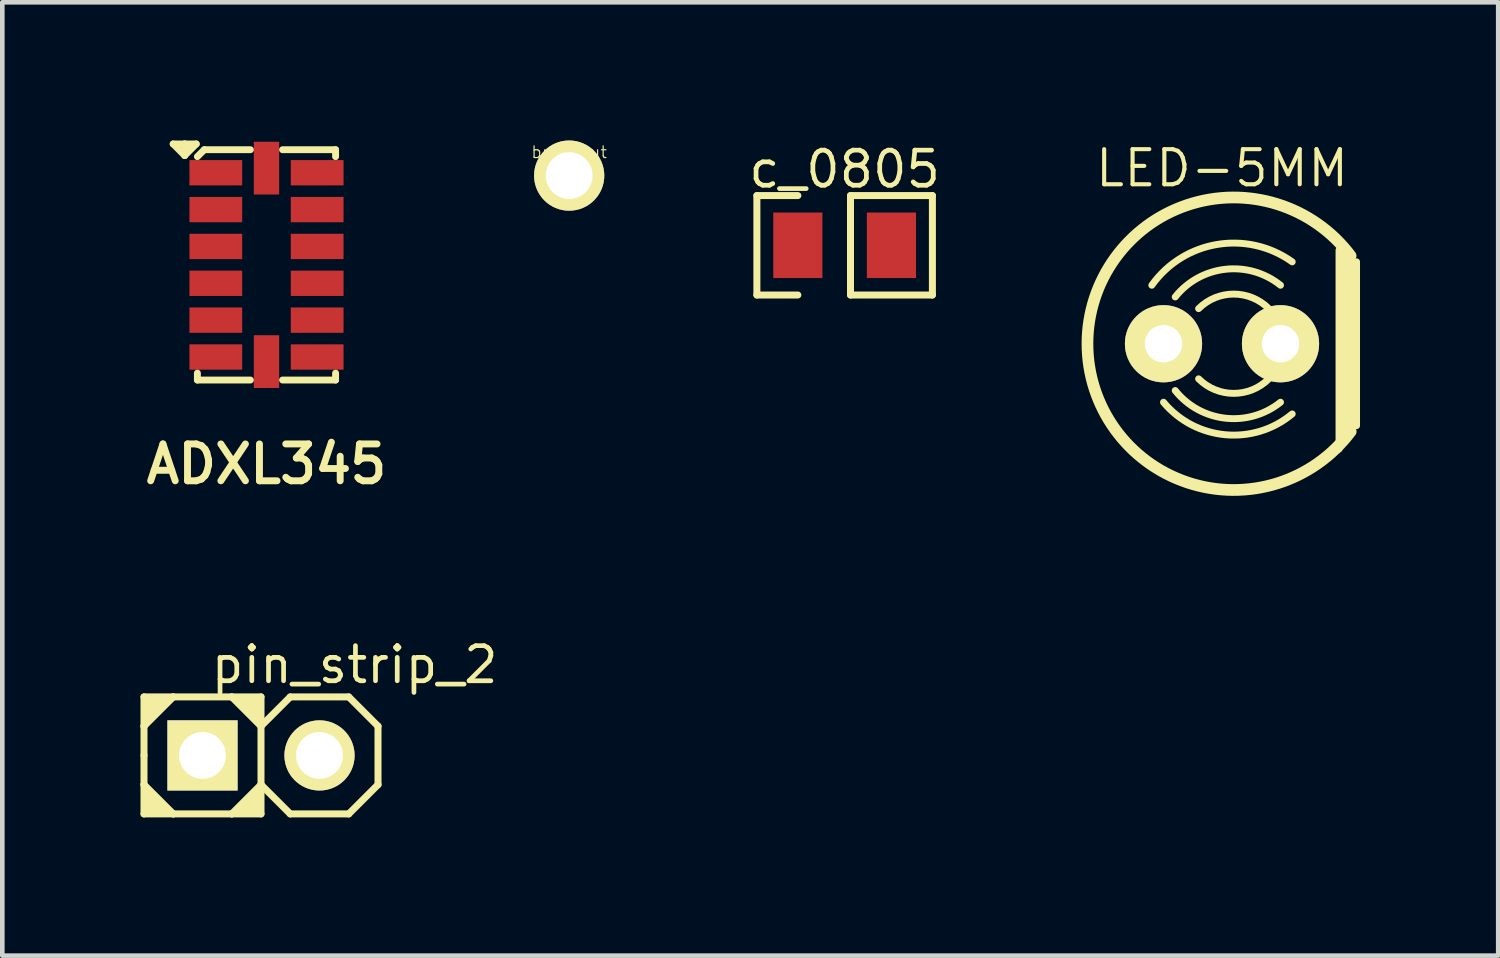
<source format=kicad_pcb>
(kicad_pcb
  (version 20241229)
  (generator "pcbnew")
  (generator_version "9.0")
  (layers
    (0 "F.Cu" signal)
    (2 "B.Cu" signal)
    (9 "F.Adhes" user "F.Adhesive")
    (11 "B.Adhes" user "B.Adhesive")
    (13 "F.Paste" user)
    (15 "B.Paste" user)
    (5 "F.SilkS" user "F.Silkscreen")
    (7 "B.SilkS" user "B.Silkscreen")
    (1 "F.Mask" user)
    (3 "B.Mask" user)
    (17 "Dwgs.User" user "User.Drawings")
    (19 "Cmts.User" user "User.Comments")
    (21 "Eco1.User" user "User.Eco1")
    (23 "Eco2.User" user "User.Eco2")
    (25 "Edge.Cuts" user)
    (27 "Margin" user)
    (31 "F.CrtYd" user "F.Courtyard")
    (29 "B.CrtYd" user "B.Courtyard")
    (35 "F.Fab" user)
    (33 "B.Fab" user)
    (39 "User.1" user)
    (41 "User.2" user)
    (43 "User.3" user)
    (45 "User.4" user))
  (footprint "ADXL345"
    (layer "F.Cu")
    (at 2.735 2.7)
    (property "Reference" "ADXL345" (at 0 4.325 0) (layer "F.SilkS") (effects (font (size 0.8 0.8) (thickness 0.15))))
    (attr through_hole)
    (fp_line (start -2.025 -2.625) (end -1.775 -2.375) (stroke (width 0.15) (type solid)) (layer "F.SilkS"))
    (fp_line (start -1.775 -2.625) (end -2.025 -2.625) (stroke (width 0.15) (type solid)) (layer "F.SilkS"))
    (fp_line (start -1.775 -2.375) (end -1.775 -2.625) (stroke (width 0.15) (type solid)) (layer "F.SilkS"))
    (fp_line (start -1.775 -2.375) (end -1.525 -2.625) (stroke (width 0.15) (type solid)) (layer "F.SilkS"))
    (fp_line (start -1.525 -2.625) (end -1.775 -2.625) (stroke (width 0.15) (type solid)) (layer "F.SilkS"))
    (fp_line (start -1.5 2.5) (end -1.5 2.35) (stroke (width 0.15) (type solid)) (layer "F.SilkS"))
    (fp_line (start -1.5 2.5) (end -0.35 2.5) (stroke (width 0.15) (type solid)) (layer "F.SilkS"))
    (fp_line (start -1.35 -2.5) (end -1.5 -2.35) (stroke (width 0.15) (type solid)) (layer "F.SilkS"))
    (fp_line (start -1.35 -2.5) (end -0.35 -2.5) (stroke (width 0.15) (type solid)) (layer "F.SilkS"))
    (fp_line (start 1.5 -2.5) (end 0.35 -2.5) (stroke (width 0.15) (type solid)) (layer "F.SilkS"))
    (fp_line (start 1.5 -2.5) (end 1.5 -2.35) (stroke (width 0.15) (type solid)) (layer "F.SilkS"))
    (fp_line (start 1.5 2.5) (end 0.35 2.5) (stroke (width 0.15) (type solid)) (layer "F.SilkS"))
    (fp_line (start 1.5 2.5) (end 1.5 2.35) (stroke (width 0.15) (type solid)) (layer "F.SilkS"))
    (pad "1" smd rect (at -1.1 -2) (size 1.145 0.55) (layers "F.Cu" "F.Mask" "F.Paste"))
    (pad "2" smd rect (at -1.1 -1.2) (size 1.145 0.55) (layers "F.Cu" "F.Mask" "F.Paste"))
    (pad "3" smd rect (at -1.1 -0.4) (size 1.145 0.55) (layers "F.Cu" "F.Mask" "F.Paste"))
    (pad "4" smd rect (at -1.1 0.4) (size 1.145 0.55) (layers "F.Cu" "F.Mask" "F.Paste"))
    (pad "5" smd rect (at -1.1 1.2) (size 1.145 0.55) (layers "F.Cu" "F.Mask" "F.Paste"))
    (pad "6" smd rect (at -1.1 2) (size 1.145 0.55) (layers "F.Cu" "F.Mask" "F.Paste"))
    (pad "7" smd rect (at 0 2.1) (size 0.55 1.145) (layers "F.Cu" "F.Mask" "F.Paste"))
    (pad "8" smd rect (at 1.1 2) (size 1.145 0.55) (layers "F.Cu" "F.Mask" "F.Paste"))
    (pad "9" smd rect (at 1.1 1.2) (size 1.145 0.55) (layers "F.Cu" "F.Mask" "F.Paste"))
    (pad "10" smd rect (at 1.1 0.4) (size 1.145 0.55) (layers "F.Cu" "F.Mask" "F.Paste"))
    (pad "11" smd rect (at 1.1 -0.4) (size 1.145 0.55) (layers "F.Cu" "F.Mask" "F.Paste"))
    (pad "12" smd rect (at 1.1 -1.2) (size 1.145 0.55) (layers "F.Cu" "F.Mask" "F.Paste"))
    (pad "13" smd rect (at 1.1 -2) (size 1.145 0.55) (layers "F.Cu" "F.Mask" "F.Paste"))
    (pad "14" smd rect (at 0 -2.1) (size 0.55 1.145) (layers "F.Cu" "F.Mask" "F.Paste")))
  (footprint "c_0805"
    (layer "F.Cu")
    (at 15.286 2.275)
    (property "Reference" "c_0805" (at 0 -1.651 0) (layer "F.SilkS") (effects (font (size 0.762 0.762) (thickness 0.102))))
    (attr smd)
    (fp_line (start -1.905 -1.079) (end -1.905 1.079) (stroke (width 0.152) (type solid)) (layer "F.SilkS"))
    (fp_line (start -1.905 -1.079) (end -1.016 -1.079) (stroke (width 0.152) (type solid)) (layer "F.SilkS"))
    (fp_line (start -1.016 1.079) (end -1.905 1.079) (stroke (width 0.152) (type solid)) (layer "F.SilkS"))
    (fp_line (start 0.127 -1.079) (end 0.127 1.079) (stroke (width 0.152) (type solid)) (layer "F.SilkS"))
    (fp_line (start 1.905 -1.079) (end 0.127 -1.079) (stroke (width 0.152) (type solid)) (layer "F.SilkS"))
    (fp_line (start 1.905 -1.079) (end 1.905 1.079) (stroke (width 0.152) (type solid)) (layer "F.SilkS"))
    (fp_line (start 1.905 1.079) (end 0.127 1.079) (stroke (width 0.152) (type solid)) (layer "F.SilkS"))
    (pad "1" smd rect (at 1.016 0) (size 1.067 1.422) (layers "F.Cu" "F.Mask" "F.Paste"))
    (pad "2" smd rect (at -1.016 0) (size 1.067 1.422) (layers "F.Cu" "F.Mask" "F.Paste")))
  (footprint "LED-5MM"
    (layer "F.Cu")
    (at 23.478 4.412)
    (property "Reference" "LED-5MM" (at 0 -3.81 0) (layer "F.SilkS") (effects (font (size 0.762 0.762) (thickness 0.089))))
    (attr through_hole)
    (fp_line (start 2.54 -2.032) (end 2.54 2.286) (stroke (width 0.15) (type solid)) (layer "F.SilkS"))
    (fp_line (start 2.667 2.032) (end 2.667 -1.905) (stroke (width 0.15) (type solid)) (layer "F.SilkS"))
    (fp_line (start 2.794 -1.905) (end 2.794 1.905) (stroke (width 0.15) (type solid)) (layer "F.SilkS"))
    (fp_line (start 2.921 1.778) (end 2.921 -1.778) (stroke (width 0.15) (type solid)) (layer "F.SilkS"))
    (fp_arc (start -1.524 -1.27) (mid -0.10521 -2.155261) (end 1.524 -1.778) (stroke (width 0.15) (type solid)) (layer "F.SilkS"))
    (fp_arc (start -1.016 -1.016) (mid 0.074395 -1.616446) (end 1.27 -1.27) (stroke (width 0.15) (type solid)) (layer "F.SilkS"))
    (fp_arc (start -0.508 -0.762) (mid 0.254 -1.077631) (end 1.016 -0.762) (stroke (width 0.15) (type solid)) (layer "F.SilkS"))
    (fp_arc (start 1.016 0.762) (mid 0.254 1.077631) (end -0.508 0.762) (stroke (width 0.15) (type solid)) (layer "F.SilkS"))
    (fp_arc (start 1.27 1.27) (mid 0.074395 1.616446) (end -1.016 1.016) (stroke (width 0.15) (type solid)) (layer "F.SilkS"))
    (fp_arc (start 1.524 1.524) (mid 0.074395 1.975656) (end -1.27 1.27) (stroke (width 0.15) (type solid)) (layer "F.SilkS"))
    (fp_arc (start 2.794 1.905) (mid -2.921 0.001668) (end 2.791997 -1.907668) (stroke (width 0.254) (type solid)) (layer "F.SilkS"))
    (pad "1" thru_hole circle (at -1.27 0) (size 1.676 1.676) (drill 0.813) (layers "*.Cu" "*.Mask" "F.SilkS"))
    (pad "2" thru_hole circle (at 1.27 0) (size 1.676 1.676) (drill 0.813) (layers "*.Cu" "*.Mask" "F.SilkS")))
  (footprint "pin_strip_2"
    (layer "F.Cu")
    (at 2.616 13.349)
    (property "Reference" "pin_strip_2" (at 2.032 -1.968 0) (layer "F.SilkS") (effects (font (size 0.762 0.762) (thickness 0.102))))
    (attr through_hole)
    (fp_line (start -2.54 -1.27) (end -1.905 -1.27) (stroke (width 0.152) (type solid)) (layer "F.SilkS"))
    (fp_line (start -2.54 -0.635) (end -2.54 -1.27) (stroke (width 0.152) (type solid)) (layer "F.SilkS"))
    (fp_line (start -2.54 -0.635) (end -2.54 0) (stroke (width 0.152) (type solid)) (layer "F.SilkS"))
    (fp_line (start -2.54 0) (end -2.54 0.635) (stroke (width 0.152) (type solid)) (layer "F.SilkS"))
    (fp_line (start -2.54 0.635) (end -1.905 1.27) (stroke (width 0.152) (type solid)) (layer "F.SilkS"))
    (fp_line (start -2.54 1.27) (end -2.54 0.635) (stroke (width 0.152) (type solid)) (layer "F.SilkS"))
    (fp_line (start -2.413 -1.206) (end -2.413 -0.826) (stroke (width 0.152) (type solid)) (layer "F.SilkS"))
    (fp_line (start -2.413 1.206) (end -2.413 0.826) (stroke (width 0.152) (type solid)) (layer "F.SilkS"))
    (fp_line (start -2.286 -1.206) (end -2.286 -0.953) (stroke (width 0.152) (type solid)) (layer "F.SilkS"))
    (fp_line (start -2.286 1.206) (end -2.286 0.953) (stroke (width 0.152) (type solid)) (layer "F.SilkS"))
    (fp_line (start -2.159 -1.206) (end -2.159 -1.079) (stroke (width 0.152) (type solid)) (layer "F.SilkS"))
    (fp_line (start -2.159 1.206) (end -2.159 1.079) (stroke (width 0.152) (type solid)) (layer "F.SilkS"))
    (fp_line (start -1.905 -1.27) (end -2.54 -0.635) (stroke (width 0.152) (type solid)) (layer "F.SilkS"))
    (fp_line (start -1.905 1.27) (end -2.54 1.27) (stroke (width 0.152) (type solid)) (layer "F.SilkS"))
    (fp_line (start -1.905 1.27) (end -0.635 1.27) (stroke (width 0.152) (type solid)) (layer "F.SilkS"))
    (fp_line (start -0.635 -1.27) (end -1.905 -1.27) (stroke (width 0.152) (type solid)) (layer "F.SilkS"))
    (fp_line (start -0.635 -1.27) (end 0 -1.27) (stroke (width 0.152) (type solid)) (layer "F.SilkS"))
    (fp_line (start -0.635 1.27) (end 0 0.635) (stroke (width 0.152) (type solid)) (layer "F.SilkS"))
    (fp_line (start -0.381 -1.206) (end -0.381 -1.079) (stroke (width 0.152) (type solid)) (layer "F.SilkS"))
    (fp_line (start -0.381 1.206) (end -0.381 1.079) (stroke (width 0.152) (type solid)) (layer "F.SilkS"))
    (fp_line (start -0.254 -1.206) (end -0.254 -0.953) (stroke (width 0.152) (type solid)) (layer "F.SilkS"))
    (fp_line (start -0.254 1.206) (end -0.254 0.953) (stroke (width 0.152) (type solid)) (layer "F.SilkS"))
    (fp_line (start -0.127 -1.206) (end -0.127 -0.826) (stroke (width 0.152) (type solid)) (layer "F.SilkS"))
    (fp_line (start -0.127 1.206) (end -0.127 0.826) (stroke (width 0.152) (type solid)) (layer "F.SilkS"))
    (fp_line (start 0 -1.27) (end 0 -0.699) (stroke (width 0.152) (type solid)) (layer "F.SilkS"))
    (fp_line (start 0 -0.635) (end -0.635 -1.27) (stroke (width 0.152) (type solid)) (layer "F.SilkS"))
    (fp_line (start 0 -0.635) (end 0 0.635) (stroke (width 0.152) (type solid)) (layer "F.SilkS"))
    (fp_line (start 0 0.635) (end 0 1.27) (stroke (width 0.152) (type solid)) (layer "F.SilkS"))
    (fp_line (start 0 0.635) (end 0.635 1.27) (stroke (width 0.152) (type solid)) (layer "F.SilkS"))
    (fp_line (start 0 1.27) (end -0.635 1.27) (stroke (width 0.152) (type solid)) (layer "F.SilkS"))
    (fp_line (start 0.635 -1.27) (end 0 -0.635) (stroke (width 0.152) (type solid)) (layer "F.SilkS"))
    (fp_line (start 0.635 1.27) (end 1.905 1.27) (stroke (width 0.152) (type solid)) (layer "F.SilkS"))
    (fp_line (start 1.905 -1.27) (end 0.635 -1.27) (stroke (width 0.152) (type solid)) (layer "F.SilkS"))
    (fp_line (start 1.905 1.27) (end 2.54 0.635) (stroke (width 0.152) (type solid)) (layer "F.SilkS"))
    (fp_line (start 2.54 -0.635) (end 1.905 -1.27) (stroke (width 0.152) (type solid)) (layer "F.SilkS"))
    (fp_line (start 2.54 0.635) (end 2.54 -0.635) (stroke (width 0.152) (type solid)) (layer "F.SilkS"))
    (pad "1" thru_hole rect (at -1.27 0) (size 1.524 1.524) (drill 1.016) (layers "*.Cu" "*.Mask" "F.SilkS"))
    (pad "2" thru_hole circle (at 1.27 0) (size 1.524 1.524) (drill 1.016) (layers "*.Cu" "*.Mask" "F.SilkS")))
  (footprint "breakout"
    (layer "F.Cu")
    (at 9.306 0.762)
    (property "Reference" "breakout" (at 0 -0.508 0) (layer "F.SilkS") (effects (font (size 0.254 0.254) (thickness 0.025))))
    (attr through_hole)
    (pad "1" thru_hole circle (at 0 0) (size 1.524 1.524) (drill 1.016) (layers "*.Cu" "*.Mask" "F.SilkS")))
  (gr_rect
    (start -3 -3)
    (end 29.474 17.695)
    (stroke (width 0.1) (type default))
    (fill no)
    (layer "Edge.Cuts")))
</source>
